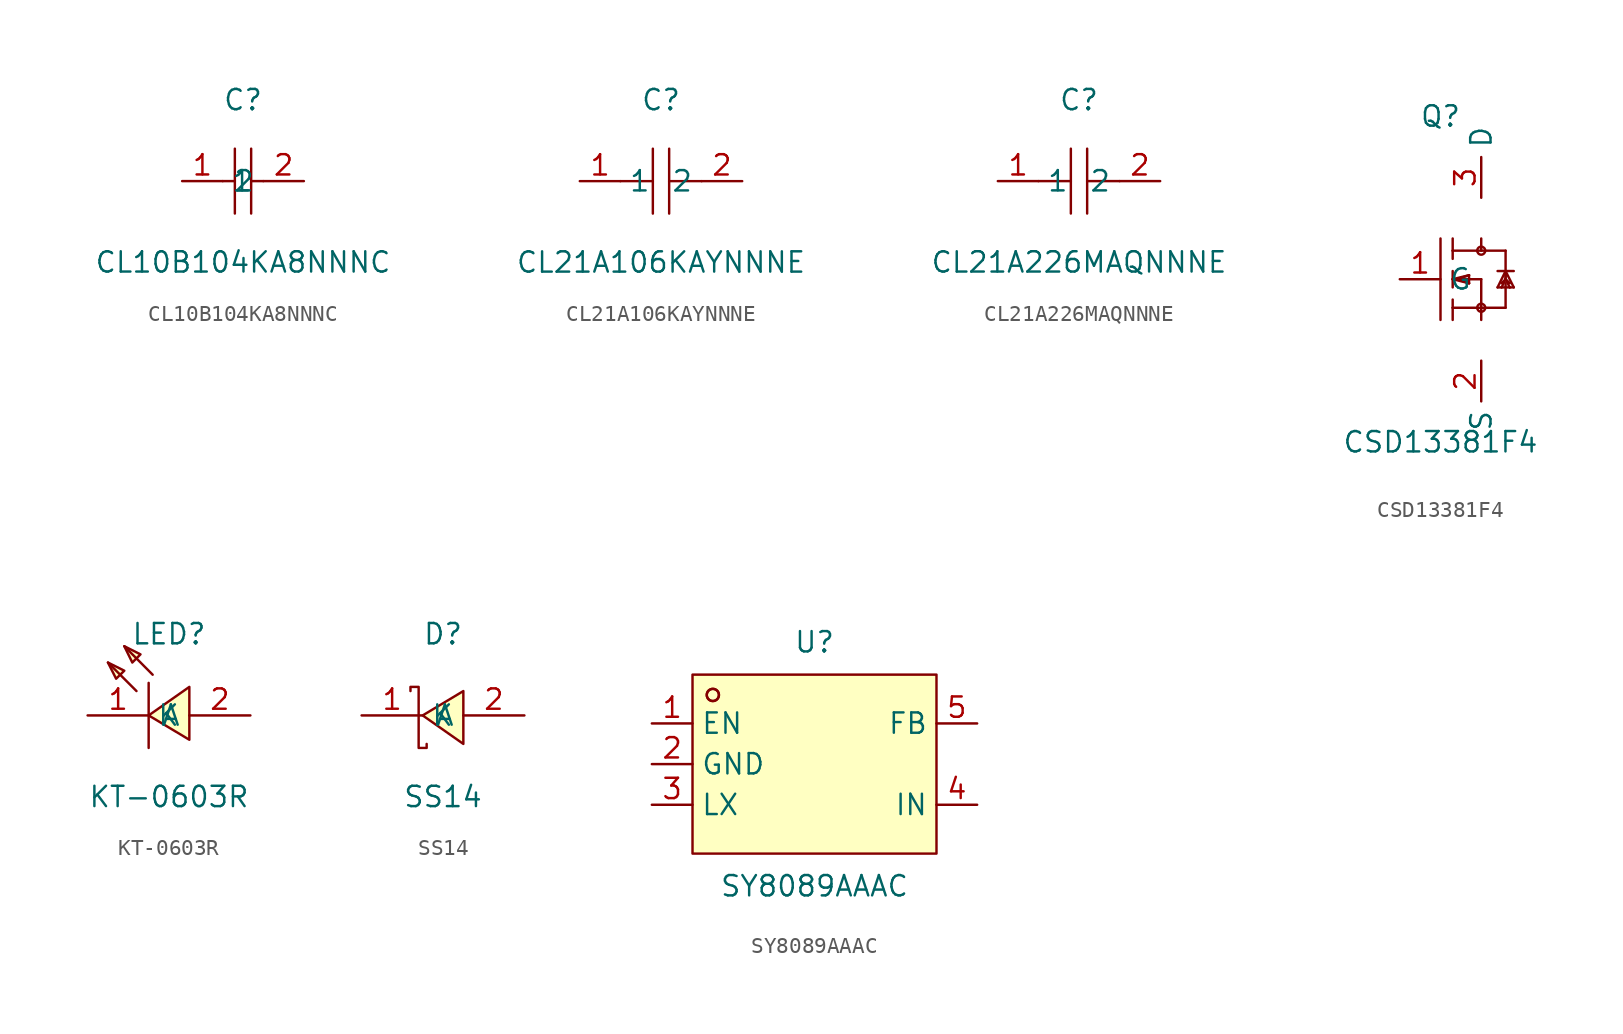
<source format=kicad_sym>
(kicad_symbol_lib
  (version 20211014)
  (generator https://github.com/uPesy/easyeda2kicad.py)
  (symbol "CL10B104KA8NNNC"
    (property "Reference" "C"
      (at 0 5.08 0)
      (effects (font (size 1.27 1.27))))
    (property "Value" "CL10B104KA8NNNC"
      (at 0 -5.08 0)
      (effects (font (size 1.27 1.27))))
    (symbol "CL10B104KA8NNNC_0_1"
      (polyline (pts (xy 0.51 -0.00) (xy 1.27 -0.00)) (stroke (width 0) (type default) (color 0 0 0 0)) (fill (type none)))
      (polyline (pts (xy -1.27 -0.00) (xy -0.51 -0.00)) (stroke (width 0) (type default) (color 0 0 0 0)) (fill (type none)))
      (polyline (pts (xy 0.51 2.03) (xy 0.51 -2.03)) (stroke (width 0) (type default) (color 0 0 0 0)) (fill (type none)))
      (polyline (pts (xy -0.51 2.03) (xy -0.51 -2.03)) (stroke (width 0) (type default) (color 0 0 0 0)) (fill (type none)))
      (pin input line (at 3.81 -0.00 180) (length 2.54) (name "2" (effects (font (size 1.27 1.27)))) (number "2" (effects (font (size 1.27 1.27)))))
      (pin input line (at -3.81 -0.00 0) (length 2.54) (name "1" (effects (font (size 1.27 1.27)))) (number "1" (effects (font (size 1.27 1.27)))))))
  (symbol "CL21A106KAYNNNE"
    (property "Reference" "C"
      (at 0 5.08 0)
      (effects (font (size 1.27 1.27))))
    (property "Value" "CL21A106KAYNNNE"
      (at 0 -5.08 0)
      (effects (font (size 1.27 1.27))))
    (symbol "CL21A106KAYNNNE_0_1"
      (polyline (pts (xy -0.51 -0.00) (xy -2.54 -0.00)) (stroke (width 0) (type default) (color 0 0 0 0)) (fill (type none)))
      (polyline (pts (xy 0.51 2.03) (xy 0.51 -2.03)) (stroke (width 0) (type default) (color 0 0 0 0)) (fill (type none)))
      (polyline (pts (xy 2.54 -0.00) (xy 0.51 -0.00)) (stroke (width 0) (type default) (color 0 0 0 0)) (fill (type none)))
      (polyline (pts (xy -0.51 -2.03) (xy -0.51 2.03)) (stroke (width 0) (type default) (color 0 0 0 0)) (fill (type none)))
      (pin unspecified line (at 5.08 -0.00 180) (length 2.54) (name "2" (effects (font (size 1.27 1.27)))) (number "2" (effects (font (size 1.27 1.27)))))
      (pin unspecified line (at -5.08 -0.00 0) (length 2.54) (name "1" (effects (font (size 1.27 1.27)))) (number "1" (effects (font (size 1.27 1.27)))))))
  (symbol "CL21A226MAQNNNE"
    (property "Reference" "C"
      (at 0 5.08 0)
      (effects (font (size 1.27 1.27))))
    (property "Value" "CL21A226MAQNNNE"
      (at 0 -5.08 0)
      (effects (font (size 1.27 1.27))))
    (symbol "CL21A226MAQNNNE_0_1"
      (polyline (pts (xy -0.51 -2.03) (xy -0.51 2.03)) (stroke (width 0) (type default) (color 0 0 0 0)) (fill (type none)))
      (polyline (pts (xy 2.54 -0.00) (xy 0.51 -0.00)) (stroke (width 0) (type default) (color 0 0 0 0)) (fill (type none)))
      (polyline (pts (xy 0.51 2.03) (xy 0.51 -2.03)) (stroke (width 0) (type default) (color 0 0 0 0)) (fill (type none)))
      (polyline (pts (xy -0.51 -0.00) (xy -2.54 -0.00)) (stroke (width 0) (type default) (color 0 0 0 0)) (fill (type none)))
      (pin unspecified line (at -5.08 -0.00 0) (length 2.54) (name "1" (effects (font (size 1.27 1.27)))) (number "1" (effects (font (size 1.27 1.27)))))
      (pin unspecified line (at 5.08 -0.00 180) (length 2.54) (name "2" (effects (font (size 1.27 1.27)))) (number "2" (effects (font (size 1.27 1.27)))))))
  (symbol "CSD13381F4"
    (property "Reference" "Q"
      (at 0 10.16 0)
      (effects (font (size 1.27 1.27))))
    (property "Value" "CSD13381F4"
      (at 0 -10.16 0)
      (effects (font (size 1.27 1.27))))
    (symbol "CSD13381F4_0_1"
      (circle (center 2.54 -1.78) (radius 0.25) (stroke (width 0) (type default) (color 0 0 0 0)) (fill (type none)))
      (circle (center 2.54 1.78) (radius 0.25) (stroke (width 0) (type default) (color 0 0 0 0)) (fill (type none)))
      (polyline (pts (xy 3.56 -0.51) (xy 4.06 0.51)) (stroke (width 0) (type default) (color 0 0 0 0)) (fill (type none)))
      (polyline (pts (xy 4.06 -0.00) (xy 3.81 -0.25)) (stroke (width 0) (type default) (color 0 0 0 0)) (fill (type none)))
      (polyline (pts (xy 4.32 -0.25) (xy 4.06 -0.00)) (stroke (width 0) (type default) (color 0 0 0 0)) (fill (type none)))
      (polyline (pts (xy 4.06 -0.00) (xy 3.81 -0.51)) (stroke (width 0) (type default) (color 0 0 0 0)) (fill (type none)))
      (polyline (pts (xy 4.32 -0.51) (xy 4.06 -0.00)) (stroke (width 0) (type default) (color 0 0 0 0)) (fill (type none)))
      (polyline (pts (xy 4.06 0.51) (xy 3.56 0.51)) (stroke (width 0) (type default) (color 0 0 0 0)) (fill (type none)))
      (polyline (pts (xy 4.57 0.51) (xy 4.06 0.51)) (stroke (width 0) (type default) (color 0 0 0 0)) (fill (type none)))
      (polyline (pts (xy 4.06 0.51) (xy 4.57 -0.51)) (stroke (width 0) (type default) (color 0 0 0 0)) (fill (type none)))
      (polyline (pts (xy 3.81 -0.51) (xy 3.56 -0.51)) (stroke (width 0) (type default) (color 0 0 0 0)) (fill (type none)))
      (polyline (pts (xy 4.32 -0.51) (xy 3.81 -0.51)) (stroke (width 0) (type default) (color 0 0 0 0)) (fill (type none)))
      (polyline (pts (xy 4.57 -0.51) (xy 4.32 -0.51)) (stroke (width 0) (type default) (color 0 0 0 0)) (fill (type none)))
      (polyline (pts (xy 4.06 -0.00) (xy 4.06 0.51)) (stroke (width 0) (type default) (color 0 0 0 0)) (fill (type none)))
      (polyline (pts (xy 1.78 -0.25) (xy 1.27 -0.00)) (stroke (width 0) (type default) (color 0 0 0 0)) (fill (type none)))
      (polyline (pts (xy 1.02 -0.00) (xy 1.78 -0.25)) (stroke (width 0) (type default) (color 0 0 0 0)) (fill (type none)))
      (polyline (pts (xy 1.78 0.25) (xy 1.02 -0.00)) (stroke (width 0) (type default) (color 0 0 0 0)) (fill (type none)))
      (polyline (pts (xy 1.78 -0.25) (xy 1.78 0.25)) (stroke (width 0) (type default) (color 0 0 0 0)) (fill (type none)))
      (polyline (pts (xy 0.76 -0.00) (xy 1.78 0.25)) (stroke (width 0) (type default) (color 0 0 0 0)) (fill (type none)))
      (polyline (pts (xy 0.76 -0.00) (xy 1.78 -0.25)) (stroke (width 0) (type default) (color 0 0 0 0)) (fill (type none)))
      (polyline (pts (xy 1.02 -0.00) (xy 0.76 -0.00)) (stroke (width 0) (type default) (color 0 0 0 0)) (fill (type none)))
      (polyline (pts (xy 0.76 -1.78) (xy 2.54 -1.78)) (stroke (width 0) (type default) (color 0 0 0 0)) (fill (type none)))
      (polyline (pts (xy 0.76 1.78) (xy 4.06 1.78) (xy 4.06 1.78)) (stroke (width 0) (type default) (color 0 0 0 0)) (fill (type none)))
      (polyline (pts (xy 2.54 -0.00) (xy 2.54 -1.78)) (stroke (width 0) (type default) (color 0 0 0 0)) (fill (type none)))
      (polyline (pts (xy 1.02 -0.00) (xy 2.54 -0.00)) (stroke (width 0) (type default) (color 0 0 0 0)) (fill (type none)))
      (polyline (pts (xy 0.00 2.54) (xy 0.00 -2.54)) (stroke (width 0) (type default) (color 0 0 0 0)) (fill (type none)))
      (polyline (pts (xy 0.76 -1.78) (xy 0.76 -1.27)) (stroke (width 0) (type default) (color 0 0 0 0)) (fill (type none)))
      (polyline (pts (xy 0.76 -2.54) (xy 0.76 -1.78)) (stroke (width 0) (type default) (color 0 0 0 0)) (fill (type none)))
      (polyline (pts (xy 0.76 -0.00) (xy 0.76 -0.51)) (stroke (width 0) (type default) (color 0 0 0 0)) (fill (type none)))
      (polyline (pts (xy 0.76 0.51) (xy 0.76 -0.00)) (stroke (width 0) (type default) (color 0 0 0 0)) (fill (type none)))
      (polyline (pts (xy 0.76 1.78) (xy 0.76 1.27)) (stroke (width 0) (type default) (color 0 0 0 0)) (fill (type none)))
      (polyline (pts (xy 0.76 2.54) (xy 0.76 1.78)) (stroke (width 0) (type default) (color 0 0 0 0)) (fill (type none)))
      (polyline (pts (xy 4.06 -1.78) (xy 2.54 -1.78)) (stroke (width 0) (type default) (color 0 0 0 0)) (fill (type none)))
      (polyline (pts (xy 4.06 -0.25) (xy 4.06 -1.78)) (stroke (width 0) (type default) (color 0 0 0 0)) (fill (type none)))
      (polyline (pts (xy 4.06 1.78) (xy 4.06 -0.00)) (stroke (width 0) (type default) (color 0 0 0 0)) (fill (type none)))
      (polyline (pts (xy 2.54 -1.78) (xy 2.54 -2.54)) (stroke (width 0) (type default) (color 0 0 0 0)) (fill (type none)))
      (polyline (pts (xy 2.54 2.54) (xy 2.54 1.78)) (stroke (width 0) (type default) (color 0 0 0 0)) (fill (type none)))
      (pin unspecified line (at 2.54 5.08 90) (length 2.54) (name "D" (effects (font (size 1.27 1.27)))) (number "3" (effects (font (size 1.27 1.27)))))
      (pin unspecified line (at 2.54 -5.08 270) (length 2.54) (name "S" (effects (font (size 1.27 1.27)))) (number "2" (effects (font (size 1.27 1.27)))))
      (pin unspecified line (at -2.54 -0.00 0) (length 2.54) (name "G" (effects (font (size 1.27 1.27)))) (number "1" (effects (font (size 1.27 1.27)))))))
  (symbol "KT-0603R"
    (property "Reference" "LED"
      (at 0 5.08 0)
      (effects (font (size 1.27 1.27))))
    (property "Value" "KT-0603R"
      (at 0 -5.08 0)
      (effects (font (size 1.27 1.27))))
    (symbol "KT-0603R_0_1"
      (polyline (pts (xy -3.81 3.30) (xy -2.79 2.79) (xy -3.30 2.29) (xy -3.81 3.30)) (stroke (width 0) (type default) (color 0 0 0 0)) (fill (type background)))
      (polyline (pts (xy -2.79 4.32) (xy -1.78 3.81) (xy -2.29 3.30) (xy -2.79 4.32)) (stroke (width 0) (type default) (color 0 0 0 0)) (fill (type background)))
      (polyline (pts (xy 1.27 -1.52) (xy -1.27 -0.00) (xy 1.27 1.78) (xy 1.27 -1.52)) (stroke (width 0) (type default) (color 0 0 0 0)) (fill (type background)))
      (polyline (pts (xy -2.03 1.52) (xy -3.81 3.30)) (stroke (width 0) (type default) (color 0 0 0 0)) (fill (type none)))
      (polyline (pts (xy -1.02 2.54) (xy -2.79 4.32)) (stroke (width 0) (type default) (color 0 0 0 0)) (fill (type none)))
      (polyline (pts (xy -1.27 2.03) (xy -1.27 -2.03)) (stroke (width 0) (type default) (color 0 0 0 0)) (fill (type none)))
      (pin unspecified line (at -5.08 -0.00 0) (length 3.81) (name "K" (effects (font (size 1.27 1.27)))) (number "1" (effects (font (size 1.27 1.27)))))
      (pin unspecified line (at 5.08 -0.00 180) (length 3.81) (name "A" (effects (font (size 1.27 1.27)))) (number "2" (effects (font (size 1.27 1.27)))))))
  (symbol "SS14"
    (property "Reference" "D"
      (at 0 5.08 0)
      (effects (font (size 1.27 1.27))))
    (property "Value" "SS14"
      (at 0 -5.08 0)
      (effects (font (size 1.27 1.27))))
    (symbol "SS14_0_1"
      (polyline (pts (xy 1.27 1.52) (xy -1.27 -0.00) (xy 1.27 -1.78) (xy 1.27 1.52)) (stroke (width 0) (type default) (color 0 0 0 0)) (fill (type background)))
      (polyline (pts (xy -2.03 1.52) (xy -2.03 1.78) (xy -1.52 1.78) (xy -1.52 -2.03) (xy -1.02 -2.03) (xy -1.02 -1.78)) (stroke (width 0) (type default) (color 0 0 0 0)) (fill (type none)))
      (pin unspecified line (at 5.08 -0.00 180) (length 3.81) (name "A" (effects (font (size 1.27 1.27)))) (number "2" (effects (font (size 1.27 1.27)))))
      (pin unspecified line (at -5.08 -0.00 0) (length 3.81) (name "K" (effects (font (size 1.27 1.27)))) (number "1" (effects (font (size 1.27 1.27)))))))
  (symbol "SY8089AAAC"
    (property "Reference" "U"
      (at 0 7.62 0)
      (effects (font (size 1.27 1.27))))
    (property "Value" "SY8089AAAC"
      (at 0 -7.62 0)
      (effects (font (size 1.27 1.27))))
    (symbol "SY8089AAAC_0_1"
      (rectangle (start -7.62 5.59) (end 7.62 -5.59) (stroke (width 0) (type default) (color 0 0 0 0)) (fill (type background)))
      (circle (center -6.35 4.32) (radius 0.38) (stroke (width 0) (type default) (color 0 0 0 0)) (fill (type none)))
      (circle (center -6.35 4.32) (radius 0.38) (stroke (width 0) (type default) (color 0 0 0 0)) (fill (type none)))
      (pin unspecified line (at -10.16 2.54 0) (length 2.54) (name "EN" (effects (font (size 1.27 1.27)))) (number "1" (effects (font (size 1.27 1.27)))))
      (pin unspecified line (at -10.16 -0.00 0) (length 2.54) (name "GND" (effects (font (size 1.27 1.27)))) (number "2" (effects (font (size 1.27 1.27)))))
      (pin unspecified line (at -10.16 -2.54 0) (length 2.54) (name "LX" (effects (font (size 1.27 1.27)))) (number "3" (effects (font (size 1.27 1.27)))))
      (pin unspecified line (at 10.16 -2.54 180) (length 2.54) (name "IN" (effects (font (size 1.27 1.27)))) (number "4" (effects (font (size 1.27 1.27)))))
      (pin unspecified line (at 10.16 2.54 180) (length 2.54) (name "FB" (effects (font (size 1.27 1.27)))) (number "5" (effects (font (size 1.27 1.27))))))))
</source>
